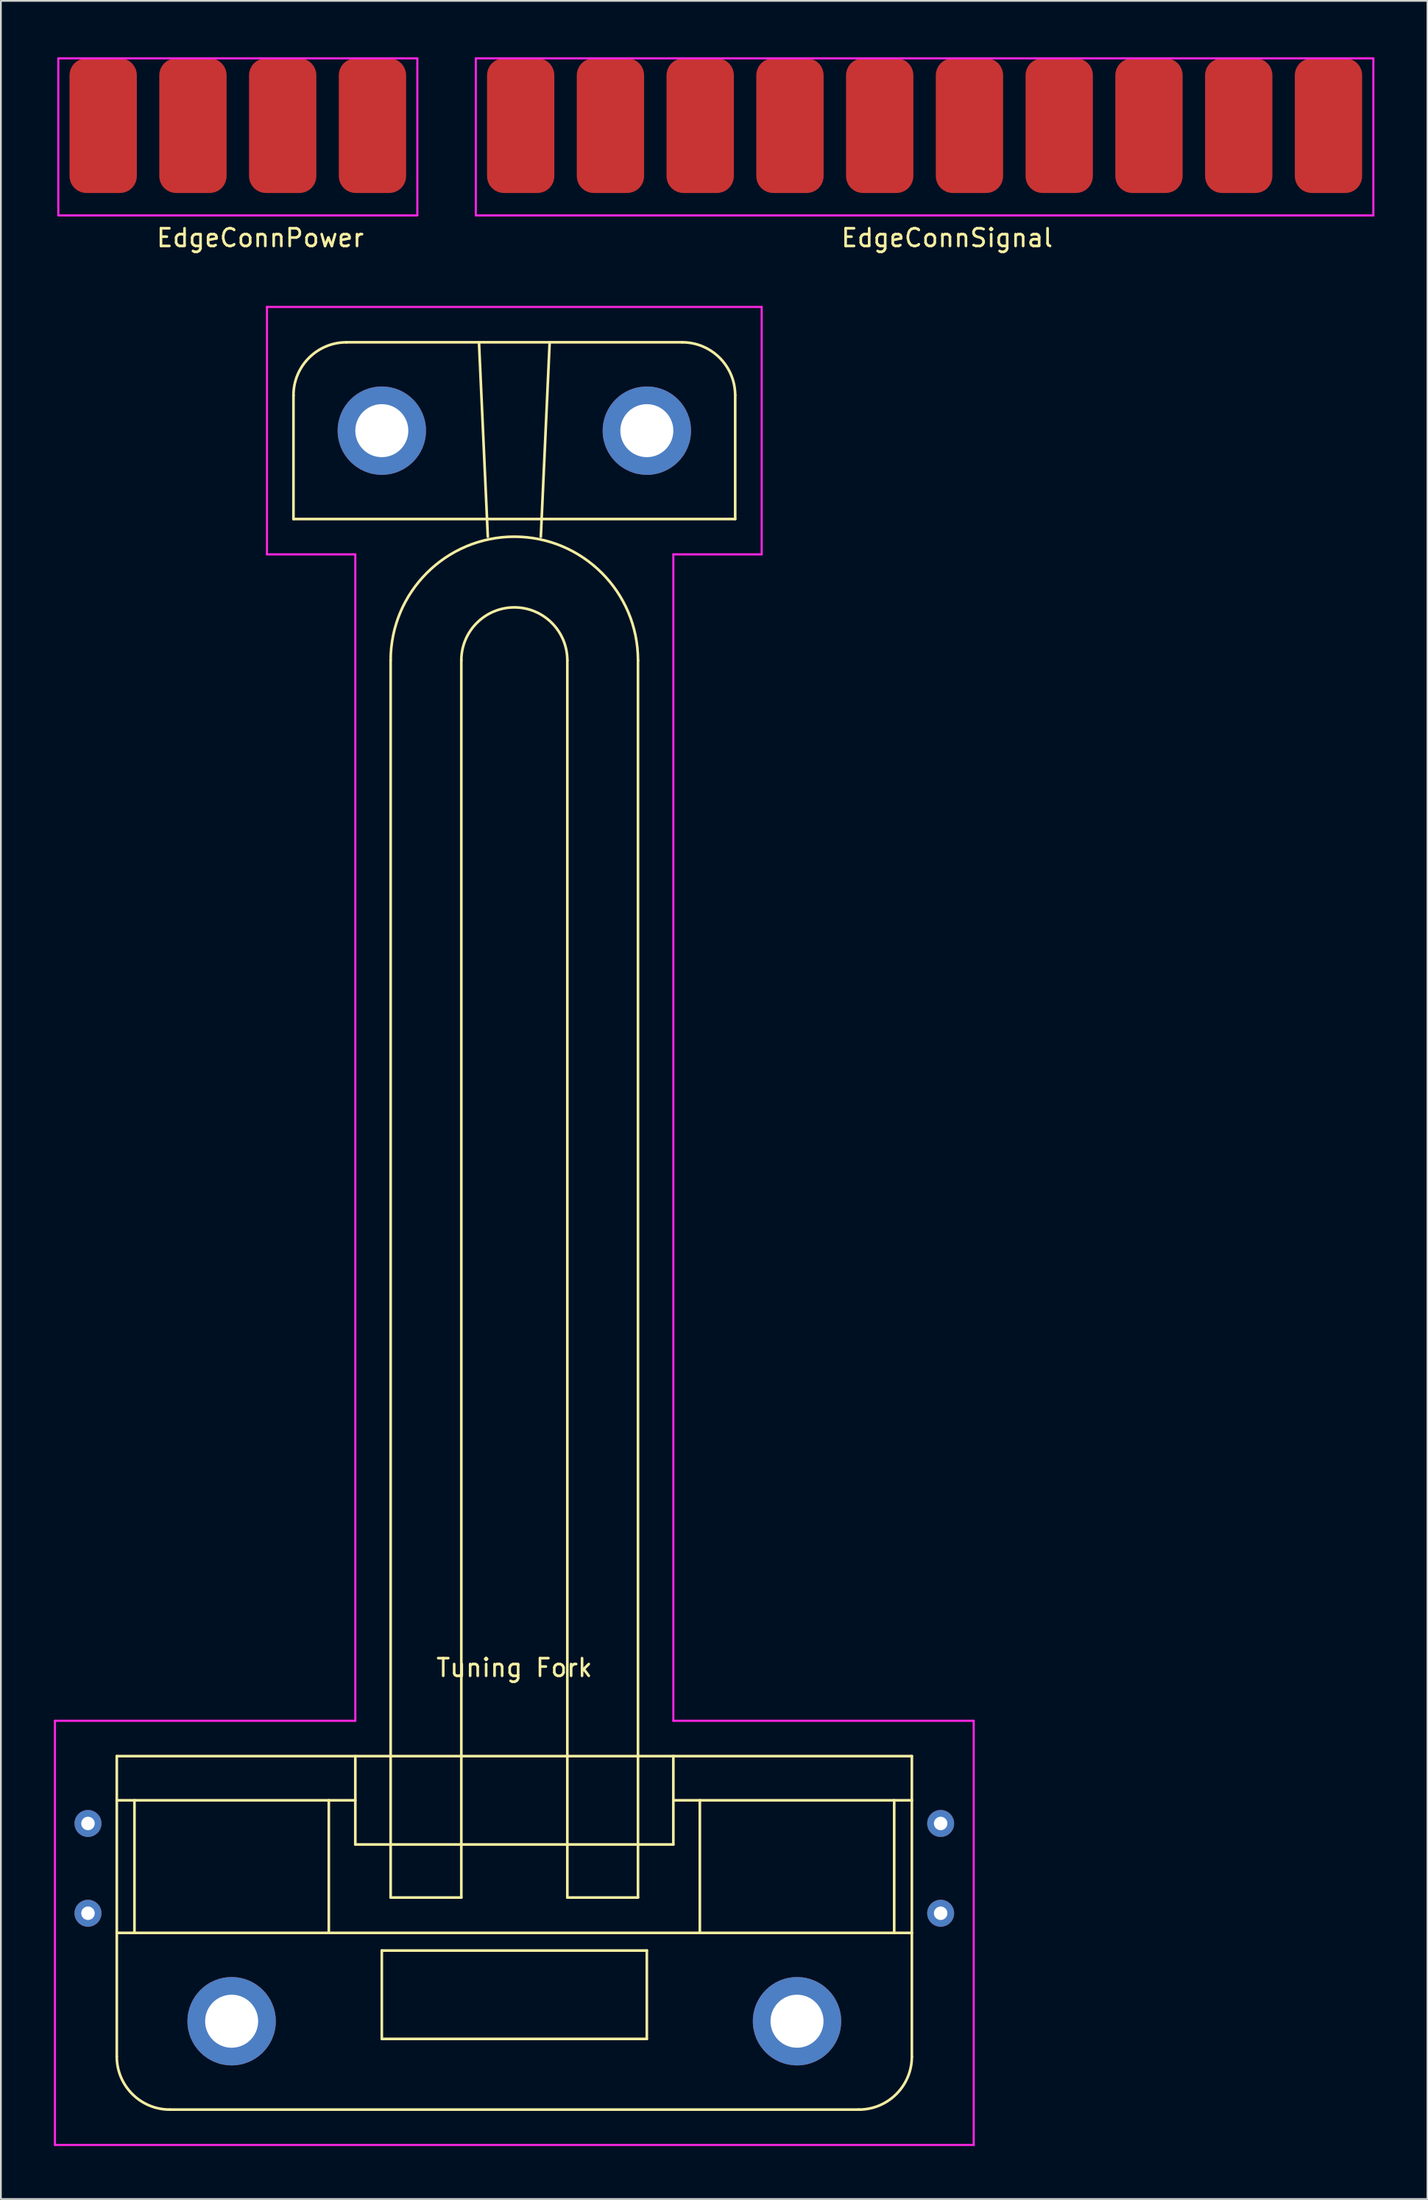
<source format=kicad_pcb>
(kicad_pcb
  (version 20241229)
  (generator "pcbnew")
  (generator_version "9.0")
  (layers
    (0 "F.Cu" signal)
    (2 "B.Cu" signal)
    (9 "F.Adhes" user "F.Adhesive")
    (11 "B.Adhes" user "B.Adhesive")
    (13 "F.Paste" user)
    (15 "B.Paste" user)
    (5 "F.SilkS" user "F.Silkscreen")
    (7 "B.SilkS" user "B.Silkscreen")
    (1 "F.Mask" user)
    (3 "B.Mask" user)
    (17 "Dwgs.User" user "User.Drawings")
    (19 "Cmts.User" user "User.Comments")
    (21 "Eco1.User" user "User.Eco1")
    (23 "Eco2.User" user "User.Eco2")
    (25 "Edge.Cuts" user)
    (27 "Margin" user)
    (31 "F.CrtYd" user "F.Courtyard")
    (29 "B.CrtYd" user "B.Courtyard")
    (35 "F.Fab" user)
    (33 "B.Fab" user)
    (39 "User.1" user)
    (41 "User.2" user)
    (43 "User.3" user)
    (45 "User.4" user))
  (footprint "Tuning Fork"
    (layer "F.Cu")
    (at 26.06 96.318)
    (property "Reference" "Tuning Fork" (at 0 -5 0) (layer "F.SilkS") (effects (font (size 1 1) (thickness 0.15))))
    (attr through_hole)
    (fp_line (start -22.5 0) (end 22.5 0) (stroke (width 0.15) (type solid)) (layer "F.SilkS"))
    (fp_line (start -22.5 10) (end 22.5 10) (stroke (width 0.15) (type solid)) (layer "F.SilkS"))
    (fp_line (start -22.5 17) (end -22.5 0) (stroke (width 0.15) (type solid)) (layer "F.SilkS"))
    (fp_line (start -21.5 2.5) (end -21.5 10) (stroke (width 0.15) (type solid)) (layer "F.SilkS"))
    (fp_line (start -12.5 -77) (end -12.5 -70) (stroke (width 0.15) (type solid)) (layer "F.SilkS"))
    (fp_line (start -12.5 -70) (end 12.5 -70) (stroke (width 0.15) (type solid)) (layer "F.SilkS"))
    (fp_line (start -10.5 2.5) (end -10.5 10) (stroke (width 0.15) (type solid)) (layer "F.SilkS"))
    (fp_line (start -9 2.5) (end -22.5 2.5) (stroke (width 0.15) (type solid)) (layer "F.SilkS"))
    (fp_line (start -9 5) (end -9 0) (stroke (width 0.15) (type solid)) (layer "F.SilkS"))
    (fp_line (start -7.5 11) (end 7.5 11) (stroke (width 0.15) (type solid)) (layer "F.SilkS"))
    (fp_line (start -7.5 16) (end -7.5 11) (stroke (width 0.15) (type solid)) (layer "F.SilkS"))
    (fp_line (start -7 8) (end -7 -62) (stroke (width 0.15) (type solid)) (layer "F.SilkS"))
    (fp_line (start -3 -62) (end -3 8) (stroke (width 0.15) (type solid)) (layer "F.SilkS"))
    (fp_line (start -3 8) (end -7 8) (stroke (width 0.15) (type solid)) (layer "F.SilkS"))
    (fp_line (start -2 -80) (end -1.5 -69) (stroke (width 0.15) (type solid)) (layer "F.SilkS"))
    (fp_line (start 1.5 -69) (end 2 -80) (stroke (width 0.15) (type solid)) (layer "F.SilkS"))
    (fp_line (start 3 8) (end 3 -62) (stroke (width 0.15) (type solid)) (layer "F.SilkS"))
    (fp_line (start 7 -62) (end 7 8) (stroke (width 0.15) (type solid)) (layer "F.SilkS"))
    (fp_line (start 7 8) (end 3 8) (stroke (width 0.15) (type solid)) (layer "F.SilkS"))
    (fp_line (start 7.5 11) (end 7.5 16) (stroke (width 0.15) (type solid)) (layer "F.SilkS"))
    (fp_line (start 7.5 16) (end -7.5 16) (stroke (width 0.15) (type solid)) (layer "F.SilkS"))
    (fp_line (start 9 0) (end 9 5) (stroke (width 0.15) (type solid)) (layer "F.SilkS"))
    (fp_line (start 9 2.5) (end 22.5 2.5) (stroke (width 0.15) (type solid)) (layer "F.SilkS"))
    (fp_line (start 9 5) (end -9 5) (stroke (width 0.15) (type solid)) (layer "F.SilkS"))
    (fp_line (start 9.5 -80) (end -9.5 -80) (stroke (width 0.15) (type solid)) (layer "F.SilkS"))
    (fp_line (start 10.5 2.5) (end 10.5 10) (stroke (width 0.15) (type solid)) (layer "F.SilkS"))
    (fp_line (start 12.5 -70) (end 12.5 -77) (stroke (width 0.15) (type solid)) (layer "F.SilkS"))
    (fp_line (start 19.5 20) (end -19.5 20) (stroke (width 0.15) (type solid)) (layer "F.SilkS"))
    (fp_line (start 21.5 2.5) (end 21.5 10) (stroke (width 0.15) (type solid)) (layer "F.SilkS"))
    (fp_line (start 22.5 0) (end 22.5 17) (stroke (width 0.15) (type solid)) (layer "F.SilkS"))
    (fp_arc (start -19.5 20) (mid -21.62132 19.12132) (end -22.5 17) (stroke (width 0.15) (type solid)) (layer "F.SilkS"))
    (fp_arc (start -12.5 -77) (mid -11.62132 -79.12132) (end -9.5 -80) (stroke (width 0.15) (type solid)) (layer "F.SilkS"))
    (fp_arc (start -7 -62) (mid 0 -69) (end 7 -62) (stroke (width 0.15) (type solid)) (layer "F.SilkS"))
    (fp_arc (start -3 -62) (mid 0 -65) (end 3 -62) (stroke (width 0.15) (type solid)) (layer "F.SilkS"))
    (fp_arc (start 9.5 -80) (mid 11.62132 -79.12132) (end 12.5 -77) (stroke (width 0.15) (type solid)) (layer "F.SilkS"))
    (fp_arc (start 22.5 17) (mid 21.62132 19.12132) (end 19.5 20) (stroke (width 0.15) (type solid)) (layer "F.SilkS"))
    (fp_line (start -26 -2) (end -26 22) (stroke (width 0.12) (type solid)) (layer "F.CrtYd"))
    (fp_line (start -26 22) (end 26 22) (stroke (width 0.12) (type solid)) (layer "F.CrtYd"))
    (fp_line (start -14 -82) (end -14 -68) (stroke (width 0.12) (type solid)) (layer "F.CrtYd"))
    (fp_line (start -14 -68) (end -9 -68) (stroke (width 0.12) (type solid)) (layer "F.CrtYd"))
    (fp_line (start -9 -68) (end -9 -2) (stroke (width 0.12) (type solid)) (layer "F.CrtYd"))
    (fp_line (start -9 -2) (end -26 -2) (stroke (width 0.12) (type solid)) (layer "F.CrtYd"))
    (fp_line (start 9 -68) (end 14 -68) (stroke (width 0.12) (type solid)) (layer "F.CrtYd"))
    (fp_line (start 9 -2) (end 9 -68) (stroke (width 0.12) (type solid)) (layer "F.CrtYd"))
    (fp_line (start 14 -82) (end -14 -82) (stroke (width 0.12) (type solid)) (layer "F.CrtYd"))
    (fp_line (start 14 -68) (end 14 -82) (stroke (width 0.12) (type solid)) (layer "F.CrtYd"))
    (fp_line (start 26 -2) (end 9 -2) (stroke (width 0.12) (type solid)) (layer "F.CrtYd"))
    (fp_line (start 26 22) (end 26 -2) (stroke (width 0.12) (type solid)) (layer "F.CrtYd"))
    (pad "" np_thru_hole circle (at -16 15) (size 5 5) (drill 3) (layers "*.Cu" "*.Mask"))
    (pad "" np_thru_hole circle (at -7.5 -75) (size 5 5) (drill 3) (layers "*.Cu" "*.Mask"))
    (pad "" np_thru_hole circle (at 7.5 -75) (size 5 5) (drill 3) (layers "*.Cu" "*.Mask"))
    (pad "" np_thru_hole circle (at 16 15) (size 5 5) (drill 3) (layers "*.Cu" "*.Mask"))
    (pad "1" thru_hole circle (at -24.13 3.81) (size 1.524 1.524) (drill 0.762) (layers "*.Cu" "*.Mask"))
    (pad "2" thru_hole circle (at -24.13 8.89) (size 1.524 1.524) (drill 0.762) (layers "*.Cu" "*.Mask"))
    (pad "3" thru_hole circle (at 24.13 8.89) (size 1.524 1.524) (drill 0.762) (layers "*.Cu" "*.Mask"))
    (pad "4" thru_hole circle (at 24.13 3.81) (size 1.524 1.524) (drill 0.762) (layers "*.Cu" "*.Mask")))
  (footprint "EdgeConnSignal"
    (layer "F.Cu")
    (at 23.88 0.25)
    (property "Reference" "EdgeConnSignal" (at 26.67 10.16 0) (layer "F.SilkS") (effects (font (size 1 1) (thickness 0.15))))
    (attr smd)
    (fp_line (start 0 0) (end 0 8.89) (stroke (width 0.12) (type solid)) (layer "F.CrtYd"))
    (fp_line (start 0 8.89) (end 50.8 8.89) (stroke (width 0.12) (type solid)) (layer "F.CrtYd"))
    (fp_line (start 50.8 0) (end 0 0) (stroke (width 0.12) (type solid)) (layer "F.CrtYd"))
    (fp_line (start 50.8 8.89) (end 50.8 0) (stroke (width 0.12) (type solid)) (layer "F.CrtYd"))
    (pad "1" connect roundrect (at 2.54 3.81) (size 3.81 7.62) (layers "F.Cu" "F.Mask") (roundrect_rratio 0.25))
    (pad "2" connect roundrect (at 7.62 3.81) (size 3.81 7.62) (layers "F.Cu" "F.Mask") (roundrect_rratio 0.25))
    (pad "3" connect roundrect (at 12.7 3.81) (size 3.81 7.62) (layers "F.Cu" "F.Mask") (roundrect_rratio 0.25))
    (pad "4" connect roundrect (at 17.78 3.81) (size 3.81 7.62) (layers "F.Cu" "F.Mask") (roundrect_rratio 0.25))
    (pad "5" connect roundrect (at 22.86 3.81) (size 3.81 7.62) (layers "F.Cu" "F.Mask") (roundrect_rratio 0.25))
    (pad "6" connect roundrect (at 27.94 3.81) (size 3.81 7.62) (layers "F.Cu" "F.Mask") (roundrect_rratio 0.25))
    (pad "7" connect roundrect (at 33.02 3.81) (size 3.81 7.62) (layers "F.Cu" "F.Mask") (roundrect_rratio 0.25))
    (pad "8" connect roundrect (at 38.1 3.81) (size 3.81 7.62) (layers "F.Cu" "F.Mask") (roundrect_rratio 0.25))
    (pad "9" connect roundrect (at 43.18 3.81) (size 3.81 7.62) (layers "F.Cu" "F.Mask") (roundrect_rratio 0.25))
    (pad "10" connect roundrect (at 48.26 3.81) (size 3.81 7.62) (layers "F.Cu" "F.Mask") (roundrect_rratio 0.25)))
  (footprint "EdgeConnPower"
    (layer "F.Cu")
    (at 0.25 0.25)
    (property "Reference" "EdgeConnPower" (at 11.43 10.16 0) (layer "F.SilkS") (effects (font (size 1 1) (thickness 0.15))))
    (attr smd)
    (fp_line (start 0 0) (end 0 8.89) (stroke (width 0.12) (type solid)) (layer "F.CrtYd"))
    (fp_line (start 0 8.89) (end 20.32 8.89) (stroke (width 0.12) (type solid)) (layer "F.CrtYd"))
    (fp_line (start 20.32 0) (end 0 0) (stroke (width 0.12) (type solid)) (layer "F.CrtYd"))
    (fp_line (start 20.32 8.89) (end 20.32 0) (stroke (width 0.12) (type solid)) (layer "F.CrtYd"))
    (pad "1" connect roundrect (at 2.54 3.81) (size 3.81 7.62) (layers "F.Cu" "F.Mask") (roundrect_rratio 0.25))
    (pad "2" connect roundrect (at 7.62 3.81) (size 3.81 7.62) (layers "F.Cu" "F.Mask") (roundrect_rratio 0.25))
    (pad "3" connect roundrect (at 12.7 3.81) (size 3.81 7.62) (layers "F.Cu" "F.Mask") (roundrect_rratio 0.25))
    (pad "4" connect roundrect (at 17.78 3.81) (size 3.81 7.62) (layers "F.Cu" "F.Mask") (roundrect_rratio 0.25)))
  (gr_rect
    (start -3 -3)
    (end 77.74 121.378)
    (stroke (width 0.1) (type default))
    (fill no)
    (layer "Edge.Cuts")))
</source>
